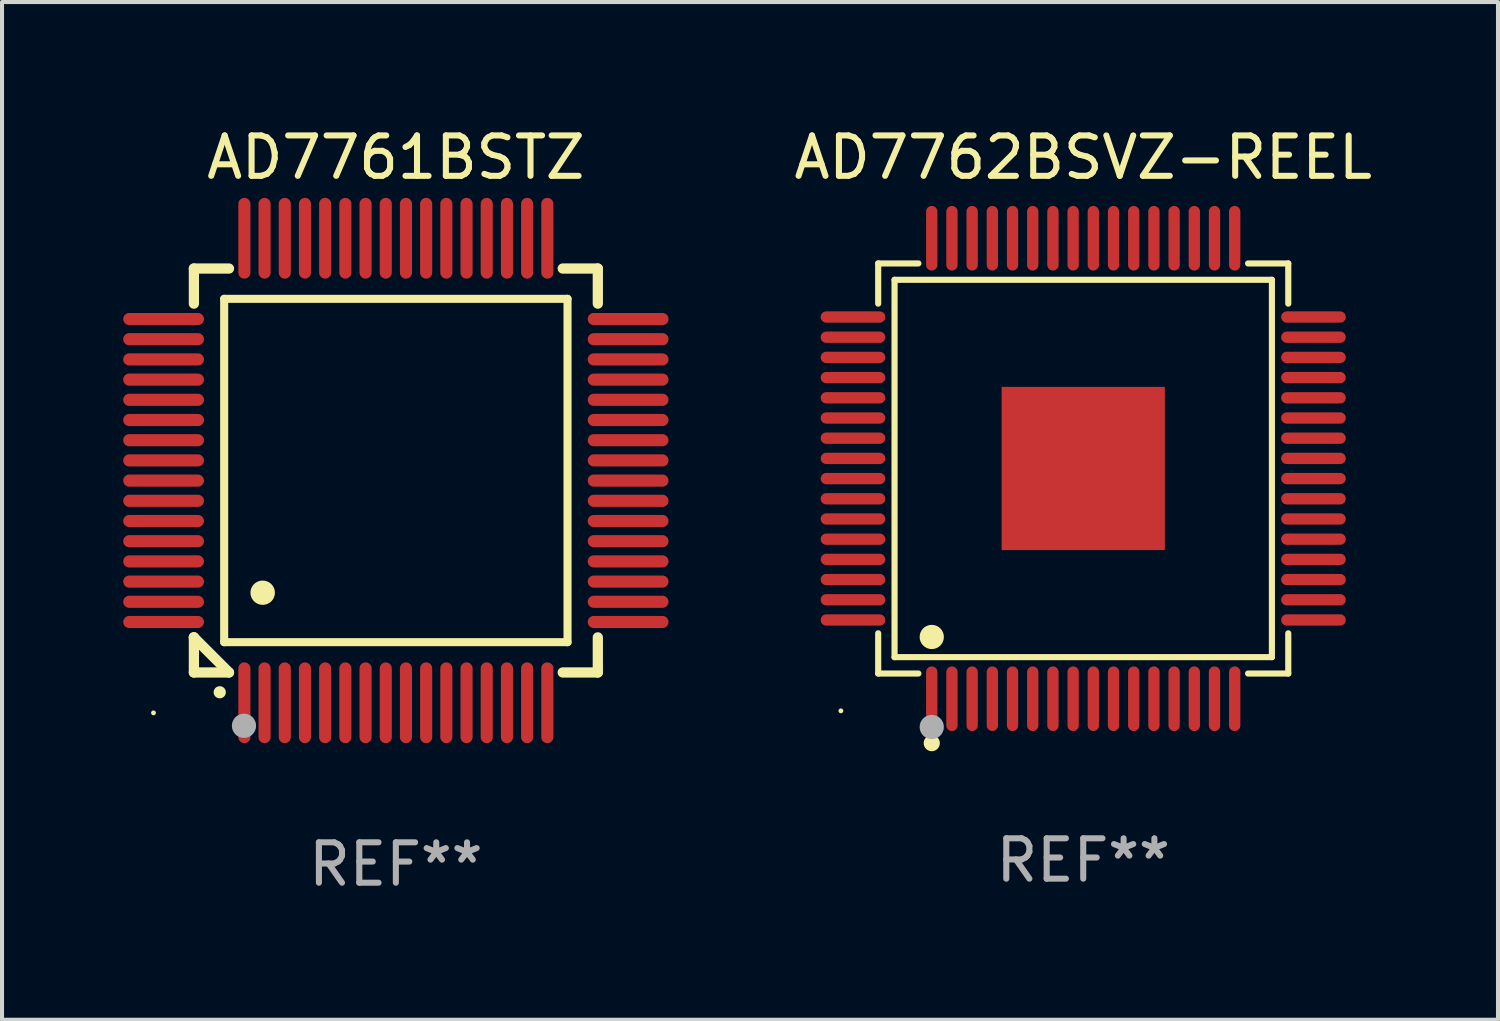
<source format=kicad_pcb>
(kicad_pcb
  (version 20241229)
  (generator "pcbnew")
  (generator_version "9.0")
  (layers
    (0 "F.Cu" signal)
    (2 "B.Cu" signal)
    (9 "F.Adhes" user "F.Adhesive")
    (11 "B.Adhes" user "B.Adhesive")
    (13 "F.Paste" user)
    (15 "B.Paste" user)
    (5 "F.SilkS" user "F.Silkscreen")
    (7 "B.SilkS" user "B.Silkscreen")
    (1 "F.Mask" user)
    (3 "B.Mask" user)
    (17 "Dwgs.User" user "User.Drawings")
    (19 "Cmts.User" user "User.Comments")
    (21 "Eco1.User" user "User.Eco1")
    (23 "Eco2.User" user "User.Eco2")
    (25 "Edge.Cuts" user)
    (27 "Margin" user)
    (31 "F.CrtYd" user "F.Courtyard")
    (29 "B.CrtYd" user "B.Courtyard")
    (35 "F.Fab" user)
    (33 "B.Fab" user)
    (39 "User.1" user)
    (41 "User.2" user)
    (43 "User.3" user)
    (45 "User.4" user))
  (footprint "AD7762BSVZ-REEL"
    (layer "F.Cu")
    (at 23.767 8.548)
    (property "Reference" "AD7762BSVZ-REEL" (at 0 -7.7 0) (layer "F.SilkS") (effects (font (size 1 1) (thickness 0.15))))
    (attr through_hole)
    (fp_line (start -5.076 -5.076) (end -4.081 -5.076) (stroke (width 0.152) (type solid)) (layer "F.SilkS"))
    (fp_line (start -5.076 -4.081) (end -5.076 -5.076) (stroke (width 0.152) (type solid)) (layer "F.SilkS"))
    (fp_line (start -5.076 4.081) (end -5.076 5.076) (stroke (width 0.152) (type solid)) (layer "F.SilkS"))
    (fp_line (start -5.076 5.076) (end -4.081 5.076) (stroke (width 0.152) (type solid)) (layer "F.SilkS"))
    (fp_line (start -4.671 -4.671) (end 4.671 -4.671) (stroke (width 0.152) (type solid)) (layer "F.SilkS"))
    (fp_line (start -4.671 4.671) (end -4.671 -4.671) (stroke (width 0.152) (type solid)) (layer "F.SilkS"))
    (fp_line (start 4.671 -4.671) (end 4.671 4.671) (stroke (width 0.152) (type solid)) (layer "F.SilkS"))
    (fp_line (start 4.671 4.671) (end -4.671 4.671) (stroke (width 0.152) (type solid)) (layer "F.SilkS"))
    (fp_line (start 5.076 -5.076) (end 4.081 -5.076) (stroke (width 0.152) (type solid)) (layer "F.SilkS"))
    (fp_line (start 5.076 -4.081) (end 5.076 -5.076) (stroke (width 0.152) (type solid)) (layer "F.SilkS"))
    (fp_line (start 5.076 4.081) (end 5.076 5.076) (stroke (width 0.152) (type solid)) (layer "F.SilkS"))
    (fp_line (start 5.076 5.076) (end 4.081 5.076) (stroke (width 0.152) (type solid)) (layer "F.SilkS"))
    (fp_circle (center -6 6) (end -5.97 6) (stroke (width 0.06) (type solid)) (fill no) (layer "F.SilkS"))
    (fp_circle (center -3.75 4.171) (end -3.6 4.171) (stroke (width 0.3) (type solid)) (fill no) (layer "F.SilkS"))
    (fp_circle (center -3.75 6.8) (end -3.65 6.8) (stroke (width 0.2) (type solid)) (fill no) (layer "F.SilkS"))
    (fp_circle (center -3.75 6.4) (end -3.6 6.4) (stroke (width 0.3) (type solid)) (fill no) (layer "F.Fab"))
    (fp_text user "REF**" (at 0 9.7 0) (layer "F.Fab") (effects (font (size 1 1) (thickness 0.15))))
    (pad "1" smd oval (at -3.75 5.7) (size 0.28 1.6) (layers "F.Cu" "F.Mask" "F.Paste"))
    (pad "2" smd oval (at -3.25 5.7) (size 0.28 1.6) (layers "F.Cu" "F.Mask" "F.Paste"))
    (pad "3" smd oval (at -2.75 5.7) (size 0.28 1.6) (layers "F.Cu" "F.Mask" "F.Paste"))
    (pad "4" smd oval (at -2.25 5.7) (size 0.28 1.6) (layers "F.Cu" "F.Mask" "F.Paste"))
    (pad "5" smd oval (at -1.75 5.7) (size 0.28 1.6) (layers "F.Cu" "F.Mask" "F.Paste"))
    (pad "6" smd oval (at -1.25 5.7) (size 0.28 1.6) (layers "F.Cu" "F.Mask" "F.Paste"))
    (pad "7" smd oval (at -0.75 5.7) (size 0.28 1.6) (layers "F.Cu" "F.Mask" "F.Paste"))
    (pad "8" smd oval (at -0.25 5.7) (size 0.28 1.6) (layers "F.Cu" "F.Mask" "F.Paste"))
    (pad "9" smd oval (at 0.25 5.7) (size 0.28 1.6) (layers "F.Cu" "F.Mask" "F.Paste"))
    (pad "10" smd oval (at 0.75 5.7) (size 0.28 1.6) (layers "F.Cu" "F.Mask" "F.Paste"))
    (pad "11" smd oval (at 1.25 5.7) (size 0.28 1.6) (layers "F.Cu" "F.Mask" "F.Paste"))
    (pad "12" smd oval (at 1.75 5.7) (size 0.28 1.6) (layers "F.Cu" "F.Mask" "F.Paste"))
    (pad "13" smd oval (at 2.25 5.7) (size 0.28 1.6) (layers "F.Cu" "F.Mask" "F.Paste"))
    (pad "14" smd oval (at 2.75 5.7) (size 0.28 1.6) (layers "F.Cu" "F.Mask" "F.Paste"))
    (pad "15" smd oval (at 3.25 5.7) (size 0.28 1.6) (layers "F.Cu" "F.Mask" "F.Paste"))
    (pad "16" smd oval (at 3.75 5.7) (size 0.28 1.6) (layers "F.Cu" "F.Mask" "F.Paste"))
    (pad "17" smd oval (at 5.7 3.75) (size 1.6 0.28) (layers "F.Cu" "F.Mask" "F.Paste"))
    (pad "18" smd oval (at 5.7 3.25) (size 1.6 0.28) (layers "F.Cu" "F.Mask" "F.Paste"))
    (pad "19" smd oval (at 5.7 2.75) (size 1.6 0.28) (layers "F.Cu" "F.Mask" "F.Paste"))
    (pad "20" smd oval (at 5.7 2.25) (size 1.6 0.28) (layers "F.Cu" "F.Mask" "F.Paste"))
    (pad "21" smd oval (at 5.7 1.75) (size 1.6 0.28) (layers "F.Cu" "F.Mask" "F.Paste"))
    (pad "22" smd oval (at 5.7 1.25) (size 1.6 0.28) (layers "F.Cu" "F.Mask" "F.Paste"))
    (pad "23" smd oval (at 5.7 0.75) (size 1.6 0.28) (layers "F.Cu" "F.Mask" "F.Paste"))
    (pad "24" smd oval (at 5.7 0.25) (size 1.6 0.28) (layers "F.Cu" "F.Mask" "F.Paste"))
    (pad "25" smd oval (at 5.7 -0.25) (size 1.6 0.28) (layers "F.Cu" "F.Mask" "F.Paste"))
    (pad "26" smd oval (at 5.7 -0.75) (size 1.6 0.28) (layers "F.Cu" "F.Mask" "F.Paste"))
    (pad "27" smd oval (at 5.7 -1.25) (size 1.6 0.28) (layers "F.Cu" "F.Mask" "F.Paste"))
    (pad "28" smd oval (at 5.7 -1.75) (size 1.6 0.28) (layers "F.Cu" "F.Mask" "F.Paste"))
    (pad "29" smd oval (at 5.7 -2.25) (size 1.6 0.28) (layers "F.Cu" "F.Mask" "F.Paste"))
    (pad "30" smd oval (at 5.7 -2.75) (size 1.6 0.28) (layers "F.Cu" "F.Mask" "F.Paste"))
    (pad "31" smd oval (at 5.7 -3.25) (size 1.6 0.28) (layers "F.Cu" "F.Mask" "F.Paste"))
    (pad "32" smd oval (at 5.7 -3.75) (size 1.6 0.28) (layers "F.Cu" "F.Mask" "F.Paste"))
    (pad "33" smd oval (at 3.75 -5.7) (size 0.28 1.6) (layers "F.Cu" "F.Mask" "F.Paste"))
    (pad "34" smd oval (at 3.25 -5.7) (size 0.28 1.6) (layers "F.Cu" "F.Mask" "F.Paste"))
    (pad "35" smd oval (at 2.75 -5.7) (size 0.28 1.6) (layers "F.Cu" "F.Mask" "F.Paste"))
    (pad "36" smd oval (at 2.25 -5.7) (size 0.28 1.6) (layers "F.Cu" "F.Mask" "F.Paste"))
    (pad "37" smd oval (at 1.75 -5.7) (size 0.28 1.6) (layers "F.Cu" "F.Mask" "F.Paste"))
    (pad "38" smd oval (at 1.25 -5.7) (size 0.28 1.6) (layers "F.Cu" "F.Mask" "F.Paste"))
    (pad "39" smd oval (at 0.75 -5.7) (size 0.28 1.6) (layers "F.Cu" "F.Mask" "F.Paste"))
    (pad "40" smd oval (at 0.25 -5.7) (size 0.28 1.6) (layers "F.Cu" "F.Mask" "F.Paste"))
    (pad "41" smd oval (at -0.25 -5.7) (size 0.28 1.6) (layers "F.Cu" "F.Mask" "F.Paste"))
    (pad "42" smd oval (at -0.75 -5.7) (size 0.28 1.6) (layers "F.Cu" "F.Mask" "F.Paste"))
    (pad "43" smd oval (at -1.25 -5.7) (size 0.28 1.6) (layers "F.Cu" "F.Mask" "F.Paste"))
    (pad "44" smd oval (at -1.75 -5.7) (size 0.28 1.6) (layers "F.Cu" "F.Mask" "F.Paste"))
    (pad "45" smd oval (at -2.25 -5.7) (size 0.28 1.6) (layers "F.Cu" "F.Mask" "F.Paste"))
    (pad "46" smd oval (at -2.75 -5.7) (size 0.28 1.6) (layers "F.Cu" "F.Mask" "F.Paste"))
    (pad "47" smd oval (at -3.25 -5.7) (size 0.28 1.6) (layers "F.Cu" "F.Mask" "F.Paste"))
    (pad "48" smd oval (at -3.75 -5.7) (size 0.28 1.6) (layers "F.Cu" "F.Mask" "F.Paste"))
    (pad "49" smd oval (at -5.7 -3.75) (size 1.6 0.28) (layers "F.Cu" "F.Mask" "F.Paste"))
    (pad "50" smd oval (at -5.7 -3.25) (size 1.6 0.28) (layers "F.Cu" "F.Mask" "F.Paste"))
    (pad "51" smd oval (at -5.7 -2.75) (size 1.6 0.28) (layers "F.Cu" "F.Mask" "F.Paste"))
    (pad "52" smd oval (at -5.7 -2.25) (size 1.6 0.28) (layers "F.Cu" "F.Mask" "F.Paste"))
    (pad "53" smd oval (at -5.7 -1.75) (size 1.6 0.28) (layers "F.Cu" "F.Mask" "F.Paste"))
    (pad "54" smd oval (at -5.7 -1.25) (size 1.6 0.28) (layers "F.Cu" "F.Mask" "F.Paste"))
    (pad "55" smd oval (at -5.7 -0.75) (size 1.6 0.28) (layers "F.Cu" "F.Mask" "F.Paste"))
    (pad "56" smd oval (at -5.7 -0.25) (size 1.6 0.28) (layers "F.Cu" "F.Mask" "F.Paste"))
    (pad "57" smd oval (at -5.7 0.25) (size 1.6 0.28) (layers "F.Cu" "F.Mask" "F.Paste"))
    (pad "58" smd oval (at -5.7 0.75) (size 1.6 0.28) (layers "F.Cu" "F.Mask" "F.Paste"))
    (pad "59" smd oval (at -5.7 1.25) (size 1.6 0.28) (layers "F.Cu" "F.Mask" "F.Paste"))
    (pad "60" smd oval (at -5.7 1.75) (size 1.6 0.28) (layers "F.Cu" "F.Mask" "F.Paste"))
    (pad "61" smd oval (at -5.7 2.25) (size 1.6 0.28) (layers "F.Cu" "F.Mask" "F.Paste"))
    (pad "62" smd oval (at -5.7 2.75) (size 1.6 0.28) (layers "F.Cu" "F.Mask" "F.Paste"))
    (pad "63" smd oval (at -5.7 3.25) (size 1.6 0.28) (layers "F.Cu" "F.Mask" "F.Paste"))
    (pad "64" smd oval (at -5.7 3.75) (size 1.6 0.28) (layers "F.Cu" "F.Mask" "F.Paste"))
    (pad "65" smd rect (at 0 0) (size 4.04 4.04) (layers "F.Cu" "F.Mask" "F.Paste")))
  (footprint "AD7761BSTZ"
    (layer "F.Cu")
    (at 6.75 8.598)
    (property "Reference" "AD7761BSTZ" (at 0 -7.75 0) (layer "F.SilkS") (effects (font (size 1 1) (thickness 0.15))))
    (attr through_hole)
    (fp_line (start -5 -5) (end -4.131 -5) (stroke (width 0.254) (type solid)) (layer "F.SilkS"))
    (fp_line (start -5 -4.131) (end -5 -5) (stroke (width 0.254) (type solid)) (layer "F.SilkS"))
    (fp_line (start -5 4.131) (end -5 4.131) (stroke (width 0.254) (type solid)) (layer "F.SilkS"))
    (fp_line (start -5 5) (end -5 4.131) (stroke (width 0.254) (type solid)) (layer "F.SilkS"))
    (fp_line (start -5 4.131) (end -4.131 5) (stroke (width 0.254) (type solid)) (layer "F.SilkS"))
    (fp_line (start -4.25 -4.25) (end -4.25 4.25) (stroke (width 0.2) (type solid)) (layer "F.SilkS"))
    (fp_line (start -4.25 4.25) (end 4.25 4.25) (stroke (width 0.2) (type solid)) (layer "F.SilkS"))
    (fp_line (start -4.131 5) (end -5 5) (stroke (width 0.254) (type solid)) (layer "F.SilkS"))
    (fp_line (start 4.25 -4.25) (end -4.25 -4.25) (stroke (width 0.2) (type solid)) (layer "F.SilkS"))
    (fp_line (start 4.25 4.25) (end 4.25 -4.25) (stroke (width 0.2) (type solid)) (layer "F.SilkS"))
    (fp_line (start 5 -5) (end 4.131 -5) (stroke (width 0.254) (type solid)) (layer "F.SilkS"))
    (fp_line (start 5 -5) (end 5 -4.131) (stroke (width 0.254) (type solid)) (layer "F.SilkS"))
    (fp_line (start 5 4.131) (end 5 5) (stroke (width 0.254) (type solid)) (layer "F.SilkS"))
    (fp_line (start 5 5) (end 4.131 5) (stroke (width 0.254) (type solid)) (layer "F.SilkS"))
    (fp_arc (start -4.361265 5.489992) (mid -4.359995 5.489987) (end -4.358725 5.489992) (stroke (width 0.3) (type solid)) (layer "F.SilkS"))
    (fp_arc (start -3.299467 3.025146) (mid -3.296927 3.025135) (end -3.294387 3.025146) (stroke (width 0.6) (type solid)) (layer "F.SilkS"))
    (fp_circle (center -6 6) (end -5.97 6) (stroke (width 0.06) (type solid)) (fill no) (layer "F.SilkS"))
    (fp_circle (center -3.76 6.32) (end -3.61 6.32) (stroke (width 0.3) (type solid)) (fill no) (layer "F.Fab"))
    (fp_text user "REF**" (at 0 9.75 0) (layer "F.Fab") (effects (font (size 1 1) (thickness 0.15))))
    (pad "1" smd oval (at -3.75 5.75) (size 0.3 2) (layers "F.Cu" "F.Mask" "F.Paste"))
    (pad "2" smd oval (at -3.25 5.75) (size 0.3 2) (layers "F.Cu" "F.Mask" "F.Paste"))
    (pad "3" smd oval (at -2.75 5.75) (size 0.3 2) (layers "F.Cu" "F.Mask" "F.Paste"))
    (pad "4" smd oval (at -2.25 5.75) (size 0.3 2) (layers "F.Cu" "F.Mask" "F.Paste"))
    (pad "5" smd oval (at -1.75 5.75) (size 0.3 2) (layers "F.Cu" "F.Mask" "F.Paste"))
    (pad "6" smd oval (at -1.25 5.75) (size 0.3 2) (layers "F.Cu" "F.Mask" "F.Paste"))
    (pad "7" smd oval (at -0.75 5.75) (size 0.3 2) (layers "F.Cu" "F.Mask" "F.Paste"))
    (pad "8" smd oval (at -0.25 5.75) (size 0.3 2) (layers "F.Cu" "F.Mask" "F.Paste"))
    (pad "9" smd oval (at 0.25 5.75) (size 0.3 2) (layers "F.Cu" "F.Mask" "F.Paste"))
    (pad "10" smd oval (at 0.75 5.75) (size 0.3 2) (layers "F.Cu" "F.Mask" "F.Paste"))
    (pad "11" smd oval (at 1.25 5.75) (size 0.3 2) (layers "F.Cu" "F.Mask" "F.Paste"))
    (pad "12" smd oval (at 1.75 5.75) (size 0.3 2) (layers "F.Cu" "F.Mask" "F.Paste"))
    (pad "13" smd oval (at 2.25 5.75) (size 0.3 2) (layers "F.Cu" "F.Mask" "F.Paste"))
    (pad "14" smd oval (at 2.75 5.75) (size 0.3 2) (layers "F.Cu" "F.Mask" "F.Paste"))
    (pad "15" smd oval (at 3.25 5.75) (size 0.3 2) (layers "F.Cu" "F.Mask" "F.Paste"))
    (pad "16" smd oval (at 3.75 5.75) (size 0.3 2) (layers "F.Cu" "F.Mask" "F.Paste"))
    (pad "17" smd oval (at 5.75 3.75) (size 2 0.3) (layers "F.Cu" "F.Mask" "F.Paste"))
    (pad "18" smd oval (at 5.75 3.25) (size 2 0.3) (layers "F.Cu" "F.Mask" "F.Paste"))
    (pad "19" smd oval (at 5.75 2.75) (size 2 0.3) (layers "F.Cu" "F.Mask" "F.Paste"))
    (pad "20" smd oval (at 5.75 2.25) (size 2 0.3) (layers "F.Cu" "F.Mask" "F.Paste"))
    (pad "21" smd oval (at 5.75 1.75) (size 2 0.3) (layers "F.Cu" "F.Mask" "F.Paste"))
    (pad "22" smd oval (at 5.75 1.25) (size 2 0.3) (layers "F.Cu" "F.Mask" "F.Paste"))
    (pad "23" smd oval (at 5.75 0.75) (size 2 0.3) (layers "F.Cu" "F.Mask" "F.Paste"))
    (pad "24" smd oval (at 5.75 0.25) (size 2 0.3) (layers "F.Cu" "F.Mask" "F.Paste"))
    (pad "25" smd oval (at 5.75 -0.25) (size 2 0.3) (layers "F.Cu" "F.Mask" "F.Paste"))
    (pad "26" smd oval (at 5.75 -0.75) (size 2 0.3) (layers "F.Cu" "F.Mask" "F.Paste"))
    (pad "27" smd oval (at 5.75 -1.25) (size 2 0.3) (layers "F.Cu" "F.Mask" "F.Paste"))
    (pad "28" smd oval (at 5.75 -1.75) (size 2 0.3) (layers "F.Cu" "F.Mask" "F.Paste"))
    (pad "29" smd oval (at 5.75 -2.25) (size 2 0.3) (layers "F.Cu" "F.Mask" "F.Paste"))
    (pad "30" smd oval (at 5.75 -2.75) (size 2 0.3) (layers "F.Cu" "F.Mask" "F.Paste"))
    (pad "31" smd oval (at 5.75 -3.25) (size 2 0.3) (layers "F.Cu" "F.Mask" "F.Paste"))
    (pad "32" smd oval (at 5.75 -3.75) (size 2 0.3) (layers "F.Cu" "F.Mask" "F.Paste"))
    (pad "33" smd oval (at 3.75 -5.75) (size 0.3 2) (layers "F.Cu" "F.Mask" "F.Paste"))
    (pad "34" smd oval (at 3.25 -5.75) (size 0.3 2) (layers "F.Cu" "F.Mask" "F.Paste"))
    (pad "35" smd oval (at 2.75 -5.75) (size 0.3 2) (layers "F.Cu" "F.Mask" "F.Paste"))
    (pad "36" smd oval (at 2.25 -5.75) (size 0.3 2) (layers "F.Cu" "F.Mask" "F.Paste"))
    (pad "37" smd oval (at 1.75 -5.75) (size 0.3 2) (layers "F.Cu" "F.Mask" "F.Paste"))
    (pad "38" smd oval (at 1.25 -5.75) (size 0.3 2) (layers "F.Cu" "F.Mask" "F.Paste"))
    (pad "39" smd oval (at 0.75 -5.75) (size 0.3 2) (layers "F.Cu" "F.Mask" "F.Paste"))
    (pad "40" smd oval (at 0.25 -5.75) (size 0.3 2) (layers "F.Cu" "F.Mask" "F.Paste"))
    (pad "41" smd oval (at -0.25 -5.75) (size 0.3 2) (layers "F.Cu" "F.Mask" "F.Paste"))
    (pad "42" smd oval (at -0.75 -5.75) (size 0.3 2) (layers "F.Cu" "F.Mask" "F.Paste"))
    (pad "43" smd oval (at -1.25 -5.75) (size 0.3 2) (layers "F.Cu" "F.Mask" "F.Paste"))
    (pad "44" smd oval (at -1.75 -5.75) (size 0.3 2) (layers "F.Cu" "F.Mask" "F.Paste"))
    (pad "45" smd oval (at -2.25 -5.75) (size 0.3 2) (layers "F.Cu" "F.Mask" "F.Paste"))
    (pad "46" smd oval (at -2.75 -5.75) (size 0.3 2) (layers "F.Cu" "F.Mask" "F.Paste"))
    (pad "47" smd oval (at -3.25 -5.75) (size 0.3 2) (layers "F.Cu" "F.Mask" "F.Paste"))
    (pad "48" smd oval (at -3.75 -5.75) (size 0.3 2) (layers "F.Cu" "F.Mask" "F.Paste"))
    (pad "49" smd oval (at -5.75 -3.75) (size 2 0.3) (layers "F.Cu" "F.Mask" "F.Paste"))
    (pad "50" smd oval (at -5.75 -3.25) (size 2 0.3) (layers "F.Cu" "F.Mask" "F.Paste"))
    (pad "51" smd oval (at -5.75 -2.75) (size 2 0.3) (layers "F.Cu" "F.Mask" "F.Paste"))
    (pad "52" smd oval (at -5.75 -2.25) (size 2 0.3) (layers "F.Cu" "F.Mask" "F.Paste"))
    (pad "53" smd oval (at -5.75 -1.75) (size 2 0.3) (layers "F.Cu" "F.Mask" "F.Paste"))
    (pad "54" smd oval (at -5.75 -1.25) (size 2 0.3) (layers "F.Cu" "F.Mask" "F.Paste"))
    (pad "55" smd oval (at -5.75 -0.75) (size 2 0.3) (layers "F.Cu" "F.Mask" "F.Paste"))
    (pad "56" smd oval (at -5.75 -0.25) (size 2 0.3) (layers "F.Cu" "F.Mask" "F.Paste"))
    (pad "57" smd oval (at -5.75 0.25) (size 2 0.3) (layers "F.Cu" "F.Mask" "F.Paste"))
    (pad "58" smd oval (at -5.75 0.75) (size 2 0.3) (layers "F.Cu" "F.Mask" "F.Paste"))
    (pad "59" smd oval (at -5.75 1.25) (size 2 0.3) (layers "F.Cu" "F.Mask" "F.Paste"))
    (pad "60" smd oval (at -5.75 1.75) (size 2 0.3) (layers "F.Cu" "F.Mask" "F.Paste"))
    (pad "61" smd oval (at -5.75 2.25) (size 2 0.3) (layers "F.Cu" "F.Mask" "F.Paste"))
    (pad "62" smd oval (at -5.75 2.75) (size 2 0.3) (layers "F.Cu" "F.Mask" "F.Paste"))
    (pad "63" smd oval (at -5.75 3.25) (size 2 0.3) (layers "F.Cu" "F.Mask" "F.Paste"))
    (pad "64" smd oval (at -5.75 3.75) (size 2 0.3) (layers "F.Cu" "F.Mask" "F.Paste")))
  (gr_rect
    (start -3 -3)
    (end 34.035 22.196)
    (stroke (width 0.1) (type default))
    (fill no)
    (layer "Edge.Cuts")))
</source>
